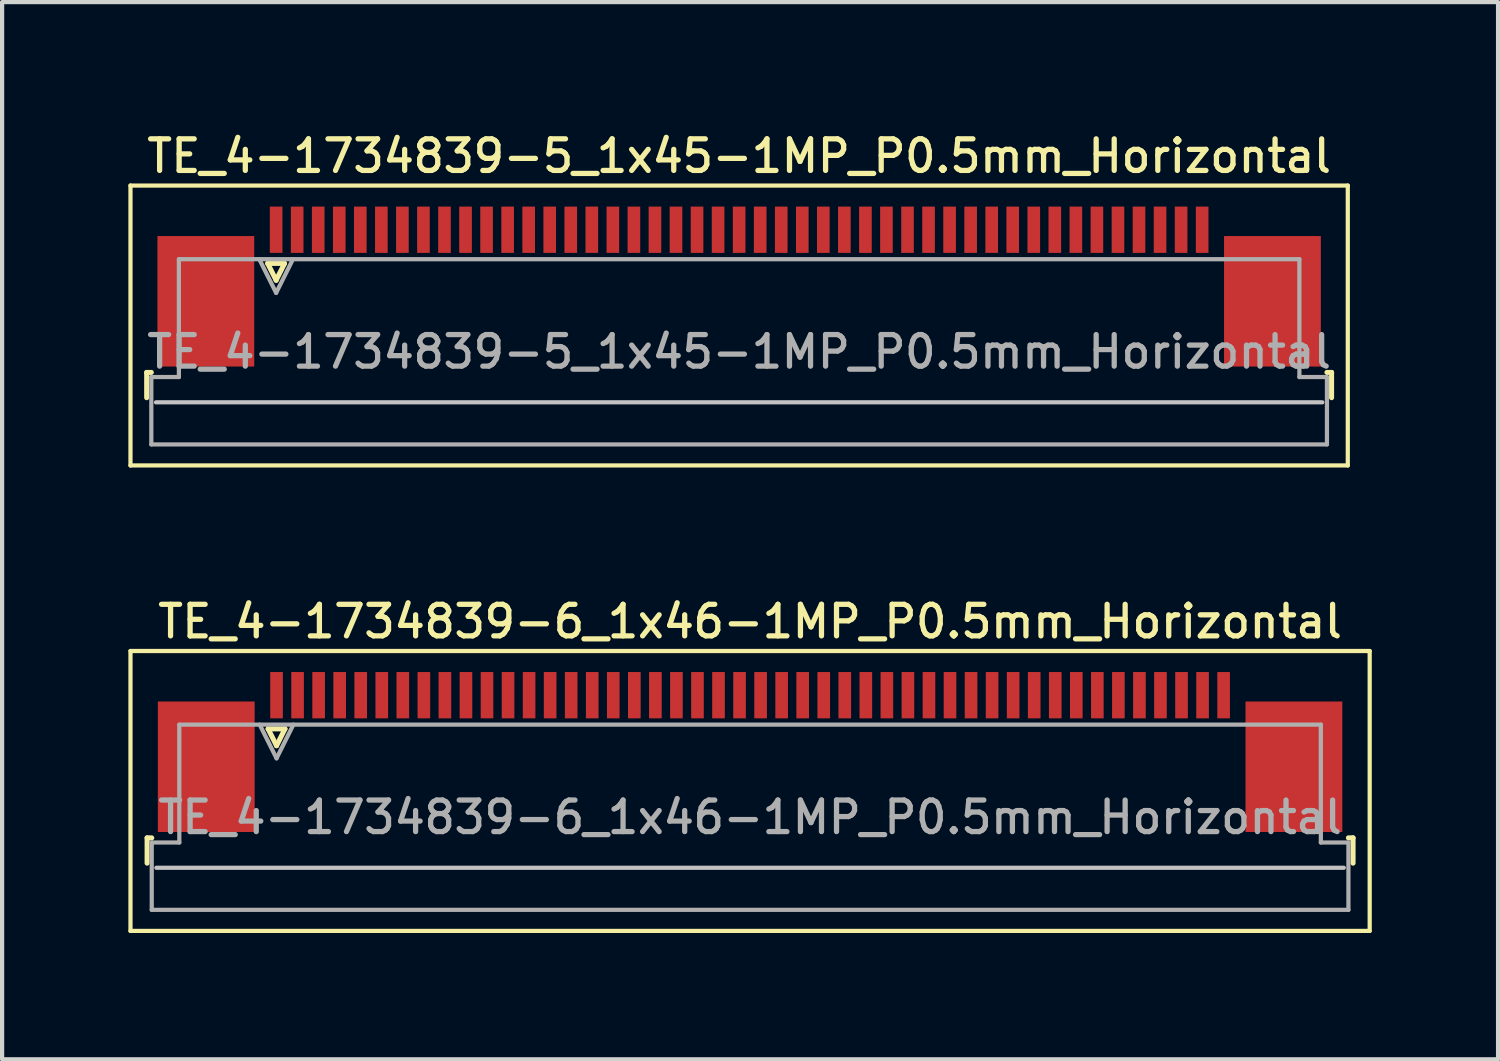
<source format=kicad_pcb>
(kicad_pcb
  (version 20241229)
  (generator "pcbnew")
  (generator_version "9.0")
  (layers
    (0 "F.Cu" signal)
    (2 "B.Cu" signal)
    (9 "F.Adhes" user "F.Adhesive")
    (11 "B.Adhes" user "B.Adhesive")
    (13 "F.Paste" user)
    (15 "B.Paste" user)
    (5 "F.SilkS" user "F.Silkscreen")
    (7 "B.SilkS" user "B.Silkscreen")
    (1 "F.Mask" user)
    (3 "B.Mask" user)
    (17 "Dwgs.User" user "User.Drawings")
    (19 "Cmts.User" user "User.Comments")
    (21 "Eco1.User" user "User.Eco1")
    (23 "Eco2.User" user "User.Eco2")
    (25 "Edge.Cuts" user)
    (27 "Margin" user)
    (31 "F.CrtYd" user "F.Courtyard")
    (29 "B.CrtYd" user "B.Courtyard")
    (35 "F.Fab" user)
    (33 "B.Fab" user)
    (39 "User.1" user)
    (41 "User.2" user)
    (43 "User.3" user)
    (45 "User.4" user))
  (footprint "TE_4-1734839-5_1x45-1MP_P0.5mm_Horizontal"
    (layer "F.Cu")
    (at 14.51 3.758)
    (property "Reference" "TE_4-1734839-5_1x45-1MP_P0.5mm_Horizontal" (at 0 -3.1 0) (layer "F.SilkS") (effects (font (size 0.75 0.75) (thickness 0.125))))
    (attr smd)
    (fp_line (start -14.46 -2.4) (end -14.46 4.25) (stroke (width 0.1) (type solid)) (layer "F.SilkS"))
    (fp_line (start -14.46 4.25) (end 14.46 4.25) (stroke (width 0.1) (type solid)) (layer "F.SilkS"))
    (fp_line (start -14.075 2.04) (end -14.075 2.64) (stroke (width 0.12) (type solid)) (layer "F.SilkS"))
    (fp_line (start -13.965 2.04) (end -14.075 2.04) (stroke (width 0.12) (type solid)) (layer "F.SilkS"))
    (fp_line (start -11.2 -0.55) (end -11 -0.15) (stroke (width 0.12) (type solid)) (layer "F.SilkS"))
    (fp_line (start -11 -0.15) (end -10.8 -0.55) (stroke (width 0.12) (type solid)) (layer "F.SilkS"))
    (fp_line (start -10.8 -0.55) (end -11.2 -0.55) (stroke (width 0.12) (type solid)) (layer "F.SilkS"))
    (fp_line (start 13.965 2.04) (end 14.075 2.04) (stroke (width 0.12) (type solid)) (layer "F.SilkS"))
    (fp_line (start 14.075 2.04) (end 14.075 2.64) (stroke (width 0.12) (type solid)) (layer "F.SilkS"))
    (fp_line (start 14.46 -2.4) (end -14.46 -2.4) (stroke (width 0.1) (type solid)) (layer "F.SilkS"))
    (fp_line (start 14.46 4.25) (end 14.46 -2.4) (stroke (width 0.1) (type solid)) (layer "F.SilkS"))
    (fp_line (start 13.855 2.75) (end -13.855 2.75) (stroke (width 0.1) (type solid)) (layer "Dwgs.User"))
    (fp_line (start -13.965 2.15) (end -13.31 2.15) (stroke (width 0.1) (type solid)) (layer "F.Fab"))
    (fp_line (start -13.965 3.75) (end -13.965 2.15) (stroke (width 0.1) (type solid)) (layer "F.Fab"))
    (fp_line (start -13.31 -0.65) (end 13.31 -0.65) (stroke (width 0.1) (type solid)) (layer "F.Fab"))
    (fp_line (start -13.31 2.15) (end -13.31 -0.65) (stroke (width 0.1) (type solid)) (layer "F.Fab"))
    (fp_line (start -11.4 -0.65) (end -11 0.15) (stroke (width 0.1) (type solid)) (layer "F.Fab"))
    (fp_line (start -11 0.15) (end -10.6 -0.65) (stroke (width 0.1) (type solid)) (layer "F.Fab"))
    (fp_line (start 13.31 -0.65) (end 13.31 2.15) (stroke (width 0.1) (type solid)) (layer "F.Fab"))
    (fp_line (start 13.31 2.15) (end 13.965 2.15) (stroke (width 0.1) (type solid)) (layer "F.Fab"))
    (fp_line (start 13.965 2.15) (end 13.965 3.75) (stroke (width 0.1) (type solid)) (layer "F.Fab"))
    (fp_line (start 13.965 3.75) (end -13.965 3.75) (stroke (width 0.1) (type solid)) (layer "F.Fab"))
    (fp_text user "${REFERENCE}" (at 0 1.55 0) (layer "F.Fab") (effects (font (size 0.75 0.75) (thickness 0.125))))
    (pad "1" smd rect (at -11 -1.35) (size 0.3 1.1) (layers "F.Cu" "F.Mask" "F.Paste"))
    (pad "2" smd rect (at -10.5 -1.35) (size 0.3 1.1) (layers "F.Cu" "F.Mask" "F.Paste"))
    (pad "3" smd rect (at -10 -1.35) (size 0.3 1.1) (layers "F.Cu" "F.Mask" "F.Paste"))
    (pad "4" smd rect (at -9.5 -1.35) (size 0.3 1.1) (layers "F.Cu" "F.Mask" "F.Paste"))
    (pad "5" smd rect (at -9 -1.35) (size 0.3 1.1) (layers "F.Cu" "F.Mask" "F.Paste"))
    (pad "6" smd rect (at -8.5 -1.35) (size 0.3 1.1) (layers "F.Cu" "F.Mask" "F.Paste"))
    (pad "7" smd rect (at -8 -1.35) (size 0.3 1.1) (layers "F.Cu" "F.Mask" "F.Paste"))
    (pad "8" smd rect (at -7.5 -1.35) (size 0.3 1.1) (layers "F.Cu" "F.Mask" "F.Paste"))
    (pad "9" smd rect (at -7 -1.35) (size 0.3 1.1) (layers "F.Cu" "F.Mask" "F.Paste"))
    (pad "10" smd rect (at -6.5 -1.35) (size 0.3 1.1) (layers "F.Cu" "F.Mask" "F.Paste"))
    (pad "11" smd rect (at -6 -1.35) (size 0.3 1.1) (layers "F.Cu" "F.Mask" "F.Paste"))
    (pad "12" smd rect (at -5.5 -1.35) (size 0.3 1.1) (layers "F.Cu" "F.Mask" "F.Paste"))
    (pad "13" smd rect (at -5 -1.35) (size 0.3 1.1) (layers "F.Cu" "F.Mask" "F.Paste"))
    (pad "14" smd rect (at -4.5 -1.35) (size 0.3 1.1) (layers "F.Cu" "F.Mask" "F.Paste"))
    (pad "15" smd rect (at -4 -1.35) (size 0.3 1.1) (layers "F.Cu" "F.Mask" "F.Paste"))
    (pad "16" smd rect (at -3.5 -1.35) (size 0.3 1.1) (layers "F.Cu" "F.Mask" "F.Paste"))
    (pad "17" smd rect (at -3 -1.35) (size 0.3 1.1) (layers "F.Cu" "F.Mask" "F.Paste"))
    (pad "18" smd rect (at -2.5 -1.35) (size 0.3 1.1) (layers "F.Cu" "F.Mask" "F.Paste"))
    (pad "19" smd rect (at -2 -1.35) (size 0.3 1.1) (layers "F.Cu" "F.Mask" "F.Paste"))
    (pad "20" smd rect (at -1.5 -1.35) (size 0.3 1.1) (layers "F.Cu" "F.Mask" "F.Paste"))
    (pad "21" smd rect (at -1 -1.35) (size 0.3 1.1) (layers "F.Cu" "F.Mask" "F.Paste"))
    (pad "22" smd rect (at -0.5 -1.35) (size 0.3 1.1) (layers "F.Cu" "F.Mask" "F.Paste"))
    (pad "23" smd rect (at 0 -1.35) (size 0.3 1.1) (layers "F.Cu" "F.Mask" "F.Paste"))
    (pad "24" smd rect (at 0.5 -1.35) (size 0.3 1.1) (layers "F.Cu" "F.Mask" "F.Paste"))
    (pad "25" smd rect (at 1 -1.35) (size 0.3 1.1) (layers "F.Cu" "F.Mask" "F.Paste"))
    (pad "26" smd rect (at 1.5 -1.35) (size 0.3 1.1) (layers "F.Cu" "F.Mask" "F.Paste"))
    (pad "27" smd rect (at 2 -1.35) (size 0.3 1.1) (layers "F.Cu" "F.Mask" "F.Paste"))
    (pad "28" smd rect (at 2.5 -1.35) (size 0.3 1.1) (layers "F.Cu" "F.Mask" "F.Paste"))
    (pad "29" smd rect (at 3 -1.35) (size 0.3 1.1) (layers "F.Cu" "F.Mask" "F.Paste"))
    (pad "30" smd rect (at 3.5 -1.35) (size 0.3 1.1) (layers "F.Cu" "F.Mask" "F.Paste"))
    (pad "31" smd rect (at 4 -1.35) (size 0.3 1.1) (layers "F.Cu" "F.Mask" "F.Paste"))
    (pad "32" smd rect (at 4.5 -1.35) (size 0.3 1.1) (layers "F.Cu" "F.Mask" "F.Paste"))
    (pad "33" smd rect (at 5 -1.35) (size 0.3 1.1) (layers "F.Cu" "F.Mask" "F.Paste"))
    (pad "34" smd rect (at 5.5 -1.35) (size 0.3 1.1) (layers "F.Cu" "F.Mask" "F.Paste"))
    (pad "35" smd rect (at 6 -1.35) (size 0.3 1.1) (layers "F.Cu" "F.Mask" "F.Paste"))
    (pad "36" smd rect (at 6.5 -1.35) (size 0.3 1.1) (layers "F.Cu" "F.Mask" "F.Paste"))
    (pad "37" smd rect (at 7 -1.35) (size 0.3 1.1) (layers "F.Cu" "F.Mask" "F.Paste"))
    (pad "38" smd rect (at 7.5 -1.35) (size 0.3 1.1) (layers "F.Cu" "F.Mask" "F.Paste"))
    (pad "39" smd rect (at 8 -1.35) (size 0.3 1.1) (layers "F.Cu" "F.Mask" "F.Paste"))
    (pad "40" smd rect (at 8.5 -1.35) (size 0.3 1.1) (layers "F.Cu" "F.Mask" "F.Paste"))
    (pad "41" smd rect (at 9 -1.35) (size 0.3 1.1) (layers "F.Cu" "F.Mask" "F.Paste"))
    (pad "42" smd rect (at 9.5 -1.35) (size 0.3 1.1) (layers "F.Cu" "F.Mask" "F.Paste"))
    (pad "43" smd rect (at 10 -1.35) (size 0.3 1.1) (layers "F.Cu" "F.Mask" "F.Paste"))
    (pad "44" smd rect (at 10.5 -1.35) (size 0.3 1.1) (layers "F.Cu" "F.Mask" "F.Paste"))
    (pad "45" smd rect (at 11 -1.35) (size 0.3 1.1) (layers "F.Cu" "F.Mask" "F.Paste"))
    (pad "MP" smd rect (at -12.67 0.35) (size 2.3 3.1) (layers "F.Cu" "F.Mask" "F.Paste"))
    (pad "MP" smd rect (at 12.67 0.35) (size 2.3 3.1) (layers "F.Cu" "F.Mask" "F.Paste")))
  (footprint "TE_4-1734839-6_1x46-1MP_P0.5mm_Horizontal"
    (layer "F.Cu")
    (at 14.77 14.816)
    (property "Reference" "TE_4-1734839-6_1x46-1MP_P0.5mm_Horizontal" (at 0 -3.1 0) (layer "F.SilkS") (effects (font (size 0.75 0.75) (thickness 0.125))))
    (attr smd)
    (fp_line (start -14.72 -2.4) (end -14.72 4.25) (stroke (width 0.1) (type solid)) (layer "F.SilkS"))
    (fp_line (start -14.72 4.25) (end 14.72 4.25) (stroke (width 0.1) (type solid)) (layer "F.SilkS"))
    (fp_line (start -14.325 2.04) (end -14.325 2.64) (stroke (width 0.12) (type solid)) (layer "F.SilkS"))
    (fp_line (start -14.215 2.04) (end -14.325 2.04) (stroke (width 0.12) (type solid)) (layer "F.SilkS"))
    (fp_line (start -11.45 -0.55) (end -11.25 -0.15) (stroke (width 0.12) (type solid)) (layer "F.SilkS"))
    (fp_line (start -11.25 -0.15) (end -11.05 -0.55) (stroke (width 0.12) (type solid)) (layer "F.SilkS"))
    (fp_line (start -11.05 -0.55) (end -11.45 -0.55) (stroke (width 0.12) (type solid)) (layer "F.SilkS"))
    (fp_line (start 14.215 2.04) (end 14.325 2.04) (stroke (width 0.12) (type solid)) (layer "F.SilkS"))
    (fp_line (start 14.325 2.04) (end 14.325 2.64) (stroke (width 0.12) (type solid)) (layer "F.SilkS"))
    (fp_line (start 14.72 -2.4) (end -14.72 -2.4) (stroke (width 0.1) (type solid)) (layer "F.SilkS"))
    (fp_line (start 14.72 4.25) (end 14.72 -2.4) (stroke (width 0.1) (type solid)) (layer "F.SilkS"))
    (fp_line (start 14.105 2.75) (end -14.105 2.75) (stroke (width 0.1) (type solid)) (layer "Dwgs.User"))
    (fp_line (start -14.215 2.15) (end -13.56 2.15) (stroke (width 0.1) (type solid)) (layer "F.Fab"))
    (fp_line (start -14.215 3.75) (end -14.215 2.15) (stroke (width 0.1) (type solid)) (layer "F.Fab"))
    (fp_line (start -13.56 -0.65) (end 13.56 -0.65) (stroke (width 0.1) (type solid)) (layer "F.Fab"))
    (fp_line (start -13.56 2.15) (end -13.56 -0.65) (stroke (width 0.1) (type solid)) (layer "F.Fab"))
    (fp_line (start -11.65 -0.65) (end -11.25 0.15) (stroke (width 0.1) (type solid)) (layer "F.Fab"))
    (fp_line (start -11.25 0.15) (end -10.85 -0.65) (stroke (width 0.1) (type solid)) (layer "F.Fab"))
    (fp_line (start 13.56 -0.65) (end 13.56 2.15) (stroke (width 0.1) (type solid)) (layer "F.Fab"))
    (fp_line (start 13.56 2.15) (end 14.215 2.15) (stroke (width 0.1) (type solid)) (layer "F.Fab"))
    (fp_line (start 14.215 2.15) (end 14.215 3.75) (stroke (width 0.1) (type solid)) (layer "F.Fab"))
    (fp_line (start 14.215 3.75) (end -14.215 3.75) (stroke (width 0.1) (type solid)) (layer "F.Fab"))
    (fp_text user "${REFERENCE}" (at 0 1.55 0) (layer "F.Fab") (effects (font (size 0.75 0.75) (thickness 0.125))))
    (pad "1" smd rect (at -11.25 -1.35) (size 0.3 1.1) (layers "F.Cu" "F.Mask" "F.Paste"))
    (pad "2" smd rect (at -10.75 -1.35) (size 0.3 1.1) (layers "F.Cu" "F.Mask" "F.Paste"))
    (pad "3" smd rect (at -10.25 -1.35) (size 0.3 1.1) (layers "F.Cu" "F.Mask" "F.Paste"))
    (pad "4" smd rect (at -9.75 -1.35) (size 0.3 1.1) (layers "F.Cu" "F.Mask" "F.Paste"))
    (pad "5" smd rect (at -9.25 -1.35) (size 0.3 1.1) (layers "F.Cu" "F.Mask" "F.Paste"))
    (pad "6" smd rect (at -8.75 -1.35) (size 0.3 1.1) (layers "F.Cu" "F.Mask" "F.Paste"))
    (pad "7" smd rect (at -8.25 -1.35) (size 0.3 1.1) (layers "F.Cu" "F.Mask" "F.Paste"))
    (pad "8" smd rect (at -7.75 -1.35) (size 0.3 1.1) (layers "F.Cu" "F.Mask" "F.Paste"))
    (pad "9" smd rect (at -7.25 -1.35) (size 0.3 1.1) (layers "F.Cu" "F.Mask" "F.Paste"))
    (pad "10" smd rect (at -6.75 -1.35) (size 0.3 1.1) (layers "F.Cu" "F.Mask" "F.Paste"))
    (pad "11" smd rect (at -6.25 -1.35) (size 0.3 1.1) (layers "F.Cu" "F.Mask" "F.Paste"))
    (pad "12" smd rect (at -5.75 -1.35) (size 0.3 1.1) (layers "F.Cu" "F.Mask" "F.Paste"))
    (pad "13" smd rect (at -5.25 -1.35) (size 0.3 1.1) (layers "F.Cu" "F.Mask" "F.Paste"))
    (pad "14" smd rect (at -4.75 -1.35) (size 0.3 1.1) (layers "F.Cu" "F.Mask" "F.Paste"))
    (pad "15" smd rect (at -4.25 -1.35) (size 0.3 1.1) (layers "F.Cu" "F.Mask" "F.Paste"))
    (pad "16" smd rect (at -3.75 -1.35) (size 0.3 1.1) (layers "F.Cu" "F.Mask" "F.Paste"))
    (pad "17" smd rect (at -3.25 -1.35) (size 0.3 1.1) (layers "F.Cu" "F.Mask" "F.Paste"))
    (pad "18" smd rect (at -2.75 -1.35) (size 0.3 1.1) (layers "F.Cu" "F.Mask" "F.Paste"))
    (pad "19" smd rect (at -2.25 -1.35) (size 0.3 1.1) (layers "F.Cu" "F.Mask" "F.Paste"))
    (pad "20" smd rect (at -1.75 -1.35) (size 0.3 1.1) (layers "F.Cu" "F.Mask" "F.Paste"))
    (pad "21" smd rect (at -1.25 -1.35) (size 0.3 1.1) (layers "F.Cu" "F.Mask" "F.Paste"))
    (pad "22" smd rect (at -0.75 -1.35) (size 0.3 1.1) (layers "F.Cu" "F.Mask" "F.Paste"))
    (pad "23" smd rect (at -0.25 -1.35) (size 0.3 1.1) (layers "F.Cu" "F.Mask" "F.Paste"))
    (pad "24" smd rect (at 0.25 -1.35) (size 0.3 1.1) (layers "F.Cu" "F.Mask" "F.Paste"))
    (pad "25" smd rect (at 0.75 -1.35) (size 0.3 1.1) (layers "F.Cu" "F.Mask" "F.Paste"))
    (pad "26" smd rect (at 1.25 -1.35) (size 0.3 1.1) (layers "F.Cu" "F.Mask" "F.Paste"))
    (pad "27" smd rect (at 1.75 -1.35) (size 0.3 1.1) (layers "F.Cu" "F.Mask" "F.Paste"))
    (pad "28" smd rect (at 2.25 -1.35) (size 0.3 1.1) (layers "F.Cu" "F.Mask" "F.Paste"))
    (pad "29" smd rect (at 2.75 -1.35) (size 0.3 1.1) (layers "F.Cu" "F.Mask" "F.Paste"))
    (pad "30" smd rect (at 3.25 -1.35) (size 0.3 1.1) (layers "F.Cu" "F.Mask" "F.Paste"))
    (pad "31" smd rect (at 3.75 -1.35) (size 0.3 1.1) (layers "F.Cu" "F.Mask" "F.Paste"))
    (pad "32" smd rect (at 4.25 -1.35) (size 0.3 1.1) (layers "F.Cu" "F.Mask" "F.Paste"))
    (pad "33" smd rect (at 4.75 -1.35) (size 0.3 1.1) (layers "F.Cu" "F.Mask" "F.Paste"))
    (pad "34" smd rect (at 5.25 -1.35) (size 0.3 1.1) (layers "F.Cu" "F.Mask" "F.Paste"))
    (pad "35" smd rect (at 5.75 -1.35) (size 0.3 1.1) (layers "F.Cu" "F.Mask" "F.Paste"))
    (pad "36" smd rect (at 6.25 -1.35) (size 0.3 1.1) (layers "F.Cu" "F.Mask" "F.Paste"))
    (pad "37" smd rect (at 6.75 -1.35) (size 0.3 1.1) (layers "F.Cu" "F.Mask" "F.Paste"))
    (pad "38" smd rect (at 7.25 -1.35) (size 0.3 1.1) (layers "F.Cu" "F.Mask" "F.Paste"))
    (pad "39" smd rect (at 7.75 -1.35) (size 0.3 1.1) (layers "F.Cu" "F.Mask" "F.Paste"))
    (pad "40" smd rect (at 8.25 -1.35) (size 0.3 1.1) (layers "F.Cu" "F.Mask" "F.Paste"))
    (pad "41" smd rect (at 8.75 -1.35) (size 0.3 1.1) (layers "F.Cu" "F.Mask" "F.Paste"))
    (pad "42" smd rect (at 9.25 -1.35) (size 0.3 1.1) (layers "F.Cu" "F.Mask" "F.Paste"))
    (pad "43" smd rect (at 9.75 -1.35) (size 0.3 1.1) (layers "F.Cu" "F.Mask" "F.Paste"))
    (pad "44" smd rect (at 10.25 -1.35) (size 0.3 1.1) (layers "F.Cu" "F.Mask" "F.Paste"))
    (pad "45" smd rect (at 10.75 -1.35) (size 0.3 1.1) (layers "F.Cu" "F.Mask" "F.Paste"))
    (pad "46" smd rect (at 11.25 -1.35) (size 0.3 1.1) (layers "F.Cu" "F.Mask" "F.Paste"))
    (pad "MP" smd rect (at -12.92 0.35) (size 2.3 3.1) (layers "F.Cu" "F.Mask" "F.Paste"))
    (pad "MP" smd rect (at 12.92 0.35) (size 2.3 3.1) (layers "F.Cu" "F.Mask" "F.Paste")))
  (gr_rect
    (start -3 -3)
    (end 32.54 22.116)
    (stroke (width 0.1) (type default))
    (fill no)
    (layer "Edge.Cuts")))
</source>
